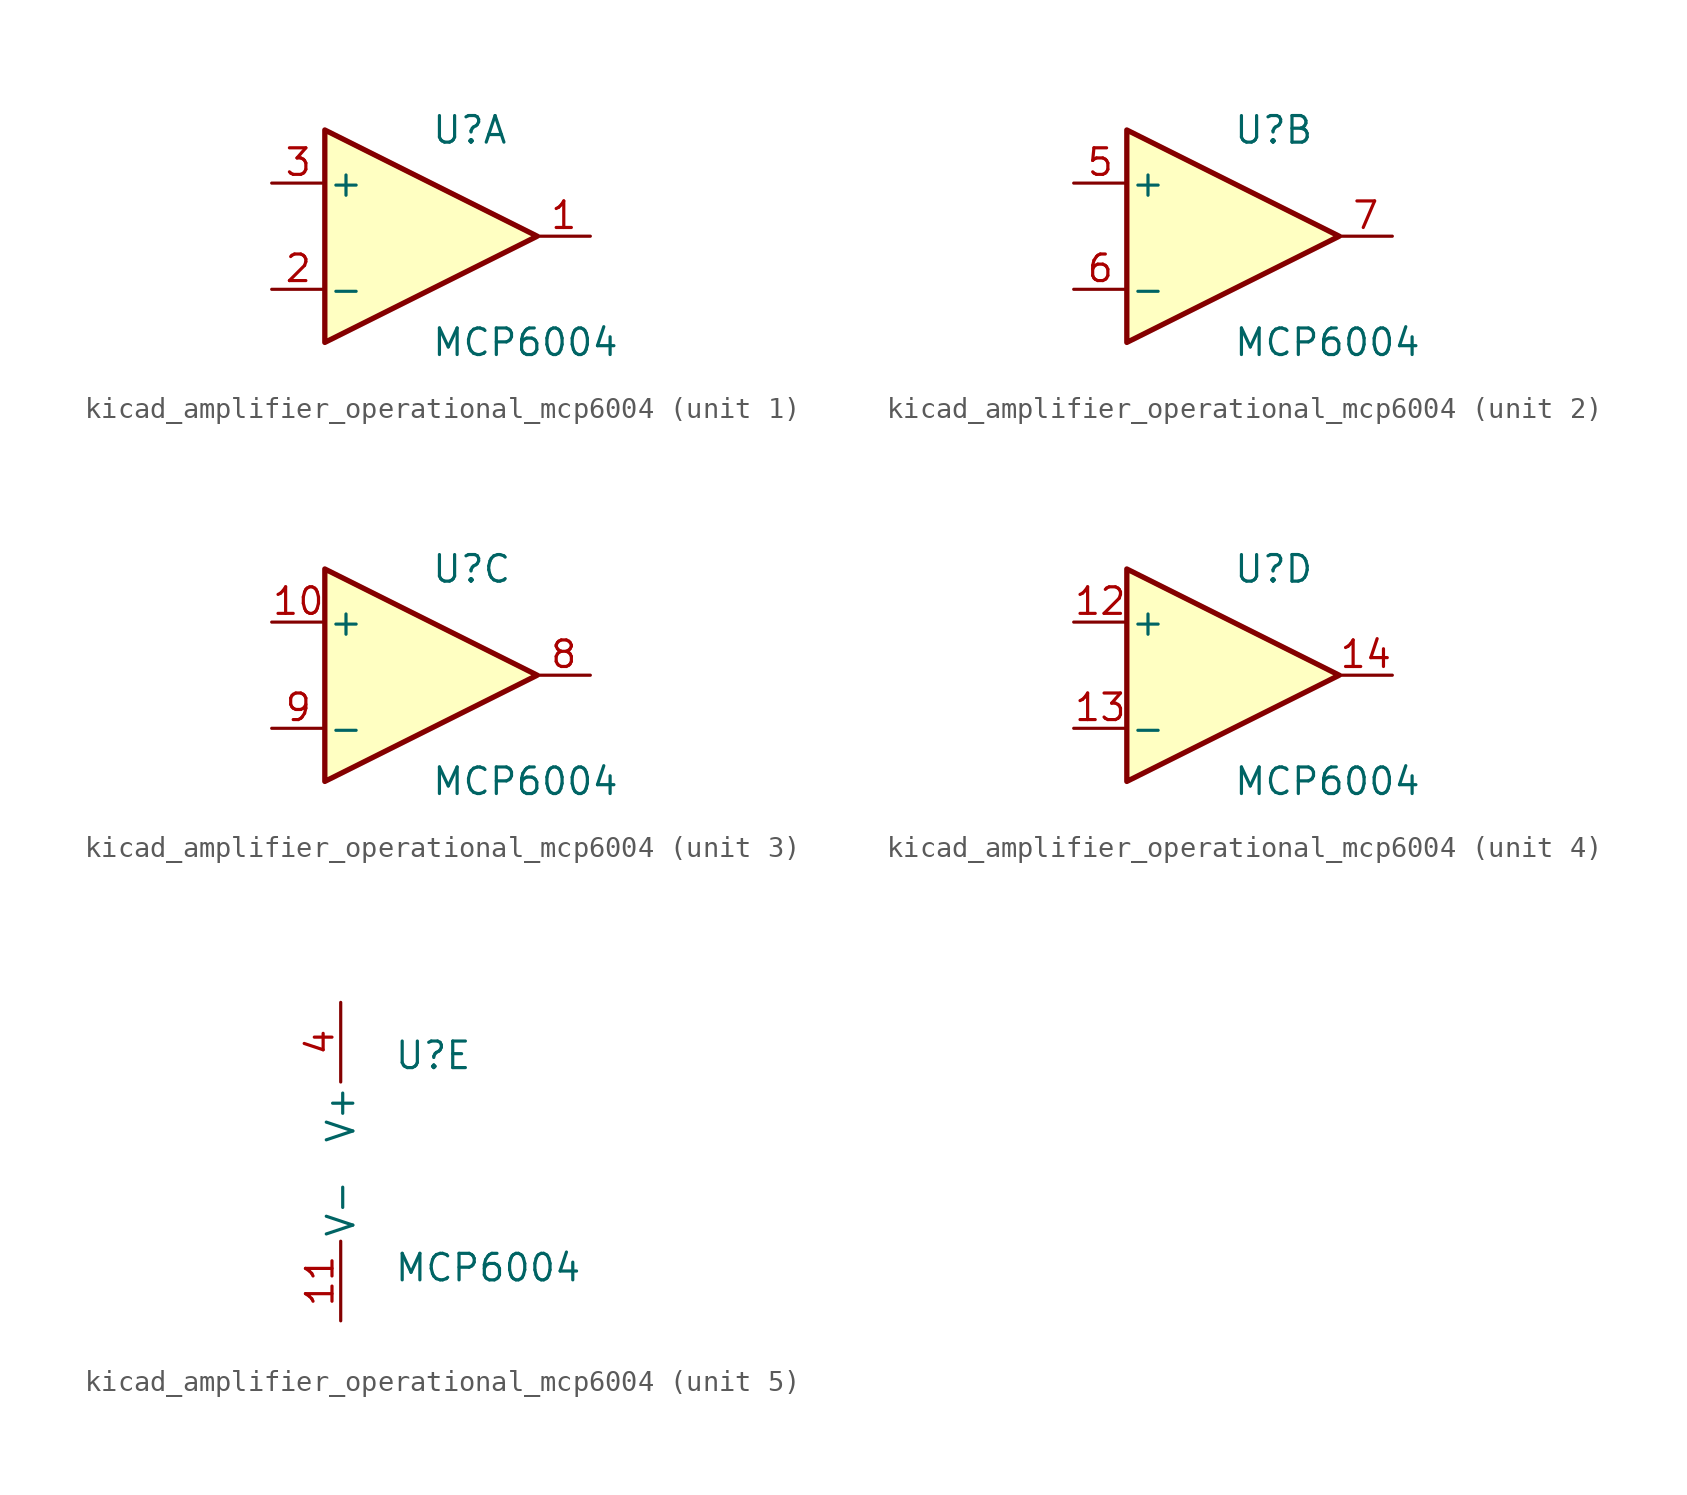
<source format=kicad_sym>
(kicad_symbol_lib
  (version 20220914)
  (generator kicad_symbol_editor)
  (symbol "kicad_amplifier_operational_mcp6004"
    (pin_names
      (offset 0.127))
    (property "Reference" "U"
      (at 0 5.08 0)
      (effects (font (size 1.27 1.27)) (justify left)))
    (property "Value" "MCP6004"
      (at 0 -5.08 0)
      (effects (font (size 1.27 1.27)) (justify left)))
    (property "ki_locked" ""
      (at 0 0 0)
      (effects (font (size 1.27 1.27))))
    (symbol "kicad_amplifier_operational_mcp6004_1_1"
      (polyline (pts (xy -5.08 5.08) (xy 5.08 0) (xy -5.08 -5.08) (xy -5.08 5.08)) (stroke (width 0.254) (type default)) (fill (type background)))
      (pin output line (at 7.62 0 180) (length 2.54) (name "~" (effects (font (size 1.27 1.27)))) (number "1" (effects (font (size 1.27 1.27)))))
      (pin input line (at -7.62 -2.54 0) (length 2.54) (name "-" (effects (font (size 1.27 1.27)))) (number "2" (effects (font (size 1.27 1.27)))))
      (pin input line (at -7.62 2.54 0) (length 2.54) (name "+" (effects (font (size 1.27 1.27)))) (number "3" (effects (font (size 1.27 1.27))))))
    (symbol "kicad_amplifier_operational_mcp6004_2_1"
      (polyline (pts (xy -5.08 5.08) (xy 5.08 0) (xy -5.08 -5.08) (xy -5.08 5.08)) (stroke (width 0.254) (type default)) (fill (type background)))
      (pin input line (at -7.62 2.54 0) (length 2.54) (name "+" (effects (font (size 1.27 1.27)))) (number "5" (effects (font (size 1.27 1.27)))))
      (pin input line (at -7.62 -2.54 0) (length 2.54) (name "-" (effects (font (size 1.27 1.27)))) (number "6" (effects (font (size 1.27 1.27)))))
      (pin output line (at 7.62 0 180) (length 2.54) (name "~" (effects (font (size 1.27 1.27)))) (number "7" (effects (font (size 1.27 1.27))))))
    (symbol "kicad_amplifier_operational_mcp6004_3_1"
      (polyline (pts (xy -5.08 5.08) (xy 5.08 0) (xy -5.08 -5.08) (xy -5.08 5.08)) (stroke (width 0.254) (type default)) (fill (type background)))
      (pin input line (at -7.62 2.54 0) (length 2.54) (name "+" (effects (font (size 1.27 1.27)))) (number "10" (effects (font (size 1.27 1.27)))))
      (pin output line (at 7.62 0 180) (length 2.54) (name "~" (effects (font (size 1.27 1.27)))) (number "8" (effects (font (size 1.27 1.27)))))
      (pin input line (at -7.62 -2.54 0) (length 2.54) (name "-" (effects (font (size 1.27 1.27)))) (number "9" (effects (font (size 1.27 1.27))))))
    (symbol "kicad_amplifier_operational_mcp6004_4_1"
      (polyline (pts (xy -5.08 5.08) (xy 5.08 0) (xy -5.08 -5.08) (xy -5.08 5.08)) (stroke (width 0.254) (type default)) (fill (type background)))
      (pin input line (at -7.62 2.54 0) (length 2.54) (name "+" (effects (font (size 1.27 1.27)))) (number "12" (effects (font (size 1.27 1.27)))))
      (pin input line (at -7.62 -2.54 0) (length 2.54) (name "-" (effects (font (size 1.27 1.27)))) (number "13" (effects (font (size 1.27 1.27)))))
      (pin output line (at 7.62 0 180) (length 2.54) (name "~" (effects (font (size 1.27 1.27)))) (number "14" (effects (font (size 1.27 1.27))))))
    (symbol "kicad_amplifier_operational_mcp6004_5_1"
      (pin power_in line (at -2.54 -7.62 90) (length 3.81) (name "V-" (effects (font (size 1.27 1.27)))) (number "11" (effects (font (size 1.27 1.27)))))
      (pin power_in line (at -2.54 7.62 270) (length 3.81) (name "V+" (effects (font (size 1.27 1.27)))) (number "4" (effects (font (size 1.27 1.27))))))))
</source>
